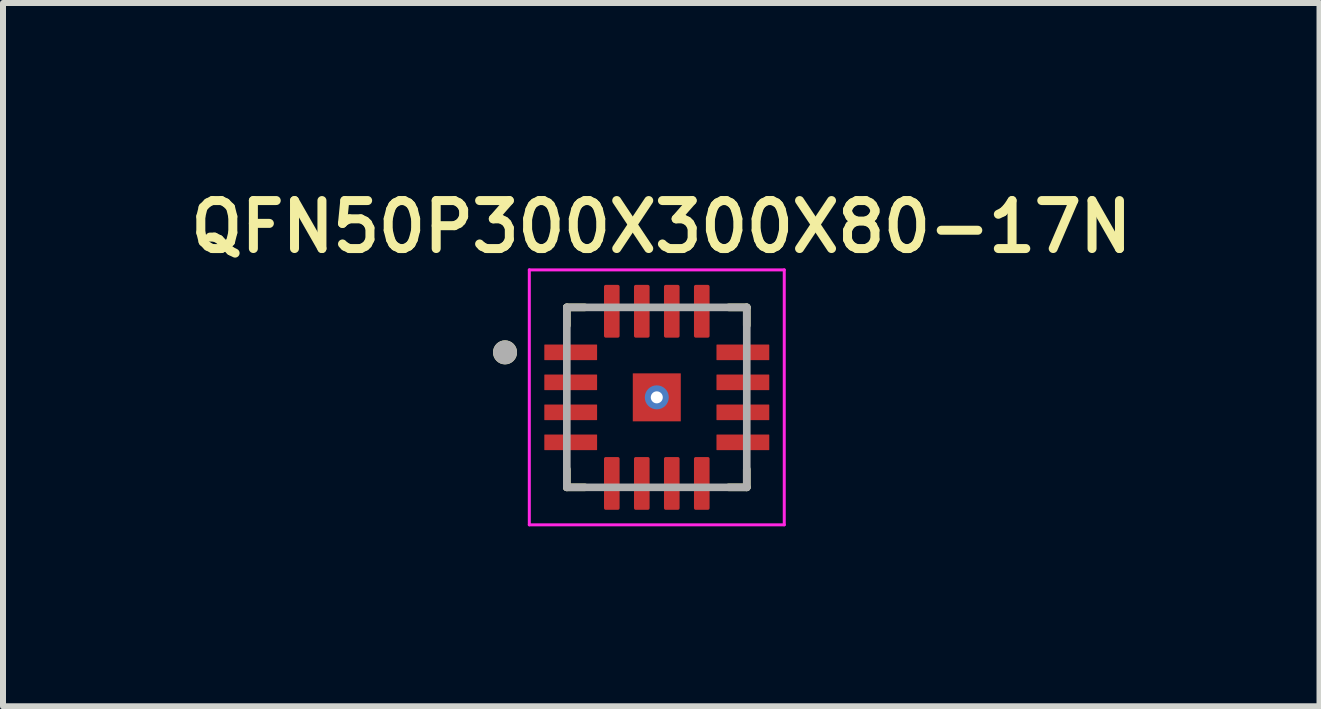
<source format=kicad_pcb>
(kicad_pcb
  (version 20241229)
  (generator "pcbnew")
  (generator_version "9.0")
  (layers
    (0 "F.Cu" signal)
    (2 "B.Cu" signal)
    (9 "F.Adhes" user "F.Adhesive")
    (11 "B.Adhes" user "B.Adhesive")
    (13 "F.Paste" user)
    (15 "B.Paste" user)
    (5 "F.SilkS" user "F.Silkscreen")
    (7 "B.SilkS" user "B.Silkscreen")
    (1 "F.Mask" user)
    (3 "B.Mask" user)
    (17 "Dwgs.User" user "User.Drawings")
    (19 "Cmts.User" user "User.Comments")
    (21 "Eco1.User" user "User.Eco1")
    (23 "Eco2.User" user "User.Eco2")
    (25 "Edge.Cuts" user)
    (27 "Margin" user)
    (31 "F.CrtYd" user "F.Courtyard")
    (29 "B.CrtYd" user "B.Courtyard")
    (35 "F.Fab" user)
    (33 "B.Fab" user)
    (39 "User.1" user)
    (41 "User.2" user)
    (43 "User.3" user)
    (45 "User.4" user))
  (footprint "QFN50P300X300X80-17N"
    (layer "F.Cu")
    (at 7.899 3.574)
    (property "Reference" "QFN50P300X300X80-17N" (at 0.075 -2.843 0) (layer "F.SilkS") (effects (font (size 0.8 0.8) (thickness 0.15))))
    (attr smd)
    (fp_line (start -1.5 -1.5) (end -1.5 -1.2) (stroke (width 0.127) (type solid)) (layer "F.SilkS"))
    (fp_line (start -1.5 -1.5) (end -1.2 -1.5) (stroke (width 0.127) (type solid)) (layer "F.SilkS"))
    (fp_line (start -1.5 1.5) (end -1.5 1.2) (stroke (width 0.127) (type solid)) (layer "F.SilkS"))
    (fp_line (start -1.5 1.5) (end -1.2 1.5) (stroke (width 0.127) (type solid)) (layer "F.SilkS"))
    (fp_line (start 1.5 -1.5) (end 1.2 -1.5) (stroke (width 0.127) (type solid)) (layer "F.SilkS"))
    (fp_line (start 1.5 -1.5) (end 1.5 -1.2) (stroke (width 0.127) (type solid)) (layer "F.SilkS"))
    (fp_line (start 1.5 1.5) (end 1.2 1.5) (stroke (width 0.127) (type solid)) (layer "F.SilkS"))
    (fp_line (start 1.5 1.5) (end 1.5 1.2) (stroke (width 0.127) (type solid)) (layer "F.SilkS"))
    (fp_circle (center -2.53 -0.75) (end -2.43 -0.75) (stroke (width 0.2) (type solid)) (fill no) (layer "F.SilkS"))
    (fp_poly (pts (xy -0.25 -0.25) (xy 0.25 -0.25) (xy 0.25 0.25) (xy -0.25 0.25)) (stroke (width 0.01) (type solid)) (fill yes) (layer "F.Paste"))
    (fp_line (start -2.125 -2.125) (end 2.125 -2.125) (stroke (width 0.05) (type solid)) (layer "F.CrtYd"))
    (fp_line (start -2.125 2.125) (end -2.125 -2.125) (stroke (width 0.05) (type solid)) (layer "F.CrtYd"))
    (fp_line (start -2.125 2.125) (end 2.125 2.125) (stroke (width 0.05) (type solid)) (layer "F.CrtYd"))
    (fp_line (start 2.125 2.125) (end 2.125 -2.125) (stroke (width 0.05) (type solid)) (layer "F.CrtYd"))
    (fp_line (start -1.5 1.5) (end -1.5 -1.5) (stroke (width 0.127) (type solid)) (layer "F.Fab"))
    (fp_line (start 1.5 -1.5) (end -1.5 -1.5) (stroke (width 0.127) (type solid)) (layer "F.Fab"))
    (fp_line (start 1.5 1.5) (end -1.5 1.5) (stroke (width 0.127) (type solid)) (layer "F.Fab"))
    (fp_line (start 1.5 1.5) (end 1.5 -1.5) (stroke (width 0.127) (type solid)) (layer "F.Fab"))
    (fp_circle (center -2.53 -0.75) (end -2.43 -0.75) (stroke (width 0.2) (type solid)) (fill no) (layer "F.Fab"))
    (pad "1" smd roundrect (at -1.435 -0.75) (size 0.88 0.26) (layers "F.Cu" "F.Mask" "F.Paste") (roundrect_rratio 0.03))
    (pad "2" smd roundrect (at -1.435 -0.25) (size 0.88 0.26) (layers "F.Cu" "F.Mask" "F.Paste") (roundrect_rratio 0.03))
    (pad "3" smd roundrect (at -1.435 0.25) (size 0.88 0.26) (layers "F.Cu" "F.Mask" "F.Paste") (roundrect_rratio 0.03))
    (pad "4" smd roundrect (at -1.435 0.75) (size 0.88 0.26) (layers "F.Cu" "F.Mask" "F.Paste") (roundrect_rratio 0.03))
    (pad "5" smd roundrect (at -0.75 1.435) (size 0.26 0.88) (layers "F.Cu" "F.Mask" "F.Paste") (roundrect_rratio 0.11))
    (pad "6" smd roundrect (at -0.25 1.435) (size 0.26 0.88) (layers "F.Cu" "F.Mask" "F.Paste") (roundrect_rratio 0.11))
    (pad "7" smd roundrect (at 0.25 1.435) (size 0.26 0.88) (layers "F.Cu" "F.Mask" "F.Paste") (roundrect_rratio 0.11))
    (pad "8" smd roundrect (at 0.75 1.435) (size 0.26 0.88) (layers "F.Cu" "F.Mask" "F.Paste") (roundrect_rratio 0.11))
    (pad "9" smd roundrect (at 1.435 0.75) (size 0.88 0.26) (layers "F.Cu" "F.Mask" "F.Paste") (roundrect_rratio 0.03))
    (pad "10" smd roundrect (at 1.435 0.25) (size 0.88 0.26) (layers "F.Cu" "F.Mask" "F.Paste") (roundrect_rratio 0.03))
    (pad "11" smd roundrect (at 1.435 -0.25) (size 0.88 0.26) (layers "F.Cu" "F.Mask" "F.Paste") (roundrect_rratio 0.03))
    (pad "12" smd roundrect (at 1.435 -0.75) (size 0.88 0.26) (layers "F.Cu" "F.Mask" "F.Paste") (roundrect_rratio 0.03))
    (pad "13" smd roundrect (at 0.75 -1.435) (size 0.26 0.88) (layers "F.Cu" "F.Mask" "F.Paste") (roundrect_rratio 0.11))
    (pad "14" smd roundrect (at 0.25 -1.435) (size 0.26 0.88) (layers "F.Cu" "F.Mask" "F.Paste") (roundrect_rratio 0.11))
    (pad "15" smd roundrect (at -0.25 -1.435) (size 0.26 0.88) (layers "F.Cu" "F.Mask" "F.Paste") (roundrect_rratio 0.11))
    (pad "16" smd roundrect (at -0.75 -1.435) (size 0.26 0.88) (layers "F.Cu" "F.Mask" "F.Paste") (roundrect_rratio 0.11))
    (pad "17" smd rect (at 0 0) (size 0.8 0.8) (layers "F.Cu" "F.Mask"))
    (pad "18" thru_hole circle (at 0 0) (size 0.4 0.4) (drill 0.2) (layers "*.Cu")))
  (gr_rect
    (start -3 -3)
    (end 18.947 8.724)
    (stroke (width 0.1) (type default))
    (fill no)
    (layer "Edge.Cuts")))
</source>
